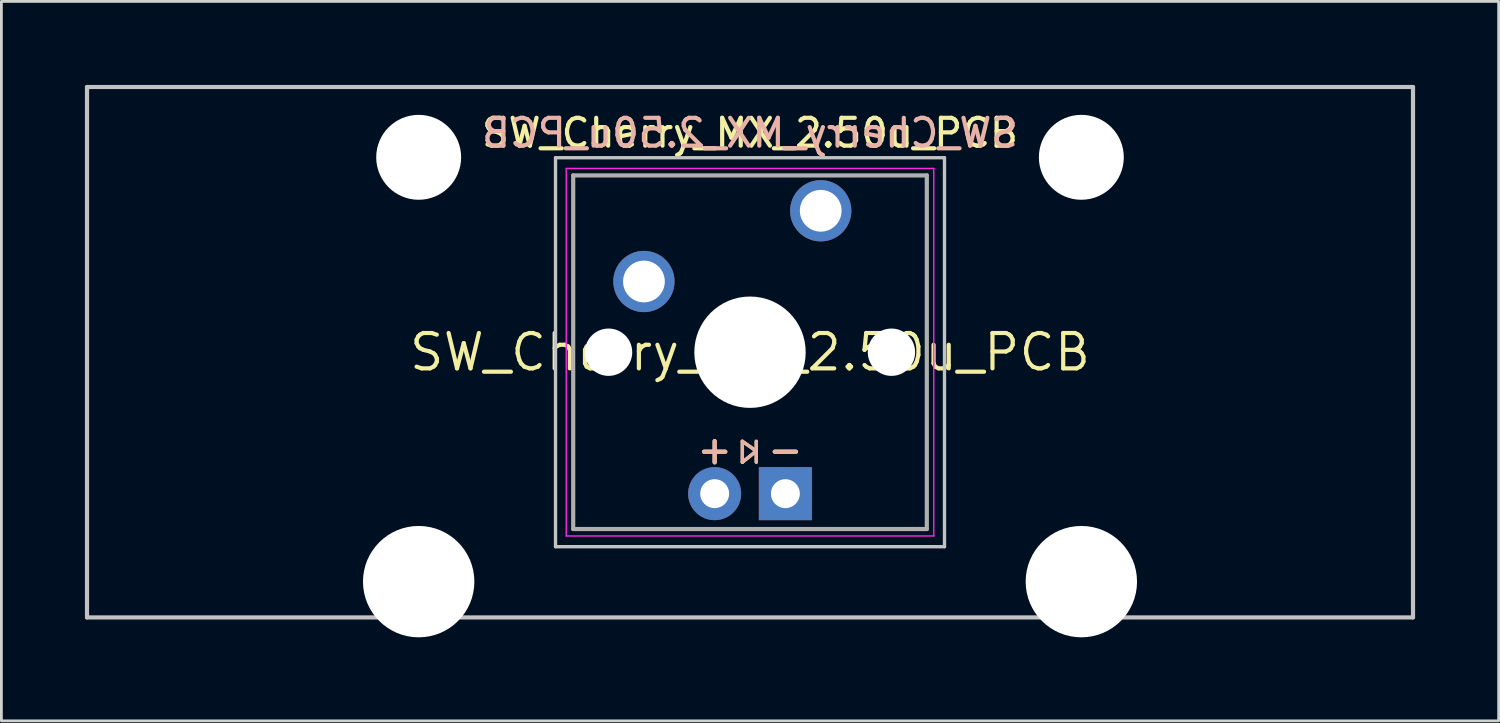
<source format=kicad_pcb>
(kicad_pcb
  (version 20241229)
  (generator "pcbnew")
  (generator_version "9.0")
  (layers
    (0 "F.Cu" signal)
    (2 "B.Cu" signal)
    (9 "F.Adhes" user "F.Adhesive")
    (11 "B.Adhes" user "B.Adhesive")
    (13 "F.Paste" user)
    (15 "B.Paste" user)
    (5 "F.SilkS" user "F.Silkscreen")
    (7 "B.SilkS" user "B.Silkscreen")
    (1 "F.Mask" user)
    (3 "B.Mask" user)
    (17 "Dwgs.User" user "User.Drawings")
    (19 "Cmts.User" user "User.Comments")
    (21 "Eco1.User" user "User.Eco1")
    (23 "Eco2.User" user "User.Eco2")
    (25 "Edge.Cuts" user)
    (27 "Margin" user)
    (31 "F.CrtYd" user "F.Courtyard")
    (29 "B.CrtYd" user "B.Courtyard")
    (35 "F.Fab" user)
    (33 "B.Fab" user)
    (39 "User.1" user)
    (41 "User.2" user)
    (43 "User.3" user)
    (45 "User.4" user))
  (footprint "SW_Cherry_MX_2.50u_PCB"
    (layer "F.Cu")
    (at 23.887 9.6)
    (property "Reference" "SW_Cherry_MX_2.50u_PCB" (at 0 0 0) (layer "F.SilkS") (effects (font (size 1.27 1.27) (thickness 0.15))))
    (attr through_hole)
    (fp_line (start -0.275 3.2) (end -0.275 3.95) (stroke (width 0.12) (type solid)) (layer "F.SilkS"))
    (fp_line (start -0.275 3.95) (end 0.225 3.55) (stroke (width 0.12) (type solid)) (layer "F.SilkS"))
    (fp_line (start 0.225 3.2) (end 0.225 3.95) (stroke (width 0.12) (type solid)) (layer "F.SilkS"))
    (fp_line (start 0.225 3.55) (end -0.275 3.2) (stroke (width 0.12) (type solid)) (layer "F.SilkS"))
    (fp_line (start -0.275 3.2) (end -0.275 3.95) (stroke (width 0.12) (type solid)) (layer "B.SilkS"))
    (fp_line (start -0.275 3.95) (end 0.225 3.55) (stroke (width 0.12) (type solid)) (layer "B.SilkS"))
    (fp_line (start 0.225 3.2) (end 0.225 3.95) (stroke (width 0.12) (type solid)) (layer "B.SilkS"))
    (fp_line (start 0.225 3.55) (end -0.275 3.2) (stroke (width 0.12) (type solid)) (layer "B.SilkS"))
    (fp_line (start -23.812 -9.525) (end 23.812 -9.525) (stroke (width 0.15) (type solid)) (layer "Dwgs.User"))
    (fp_line (start -23.812 9.525) (end -23.812 -9.525) (stroke (width 0.15) (type solid)) (layer "Dwgs.User"))
    (fp_line (start -23.812 9.525) (end 23.812 9.525) (stroke (width 0.15) (type solid)) (layer "Dwgs.User"))
    (fp_line (start -6.985 -6.985) (end 6.985 -6.985) (stroke (width 0.12) (type solid)) (layer "Dwgs.User"))
    (fp_line (start -6.985 6.985) (end -6.985 -6.985) (stroke (width 0.12) (type solid)) (layer "Dwgs.User"))
    (fp_line (start 6.985 -6.985) (end 6.985 6.985) (stroke (width 0.12) (type solid)) (layer "Dwgs.User"))
    (fp_line (start 6.985 6.985) (end -6.985 6.985) (stroke (width 0.12) (type solid)) (layer "Dwgs.User"))
    (fp_line (start 23.812 -9.525) (end 23.812 9.525) (stroke (width 0.15) (type solid)) (layer "Dwgs.User"))
    (fp_line (start -16.129 -2.286) (end -15.265 -2.286) (stroke (width 0.05) (type solid)) (layer "Eco1.User"))
    (fp_line (start -16.129 0.508) (end -16.129 -2.286) (stroke (width 0.05) (type solid)) (layer "Eco1.User"))
    (fp_line (start -15.265 -5.69) (end -8.611 -5.69) (stroke (width 0.05) (type solid)) (layer "Eco1.User"))
    (fp_line (start -15.265 -2.286) (end -15.265 -5.69) (stroke (width 0.05) (type solid)) (layer "Eco1.User"))
    (fp_line (start -15.265 0.508) (end -16.129 0.508) (stroke (width 0.05) (type solid)) (layer "Eco1.User"))
    (fp_line (start -15.265 6.604) (end -15.265 0.508) (stroke (width 0.05) (type solid)) (layer "Eco1.User"))
    (fp_line (start -14.224 6.604) (end -15.265 6.604) (stroke (width 0.05) (type solid)) (layer "Eco1.User"))
    (fp_line (start -14.224 7.772) (end -14.224 6.604) (stroke (width 0.05) (type solid)) (layer "Eco1.User"))
    (fp_line (start -9.652 6.604) (end -9.652 7.772) (stroke (width 0.05) (type solid)) (layer "Eco1.User"))
    (fp_line (start -9.652 7.772) (end -14.224 7.772) (stroke (width 0.05) (type solid)) (layer "Eco1.User"))
    (fp_line (start -8.611 -5.69) (end -8.611 -4.877) (stroke (width 0.05) (type solid)) (layer "Eco1.User"))
    (fp_line (start -8.611 -4.877) (end -6.985 -4.877) (stroke (width 0.05) (type solid)) (layer "Eco1.User"))
    (fp_line (start -8.611 5.817) (end -8.611 6.604) (stroke (width 0.05) (type solid)) (layer "Eco1.User"))
    (fp_line (start -8.611 6.604) (end -9.652 6.604) (stroke (width 0.05) (type solid)) (layer "Eco1.User"))
    (fp_line (start -6.985 -6.985) (end 6.985 -6.985) (stroke (width 0.05) (type solid)) (layer "Eco1.User"))
    (fp_line (start -6.985 -4.877) (end -6.985 -6.985) (stroke (width 0.05) (type solid)) (layer "Eco1.User"))
    (fp_line (start -6.985 5.817) (end -8.611 5.817) (stroke (width 0.05) (type solid)) (layer "Eco1.User"))
    (fp_line (start -6.985 6.985) (end -6.985 5.817) (stroke (width 0.05) (type solid)) (layer "Eco1.User"))
    (fp_line (start 6.985 -6.985) (end 6.985 -4.877) (stroke (width 0.05) (type solid)) (layer "Eco1.User"))
    (fp_line (start 6.985 -4.877) (end 8.611 -4.877) (stroke (width 0.05) (type solid)) (layer "Eco1.User"))
    (fp_line (start 6.985 5.817) (end 6.985 6.985) (stroke (width 0.05) (type solid)) (layer "Eco1.User"))
    (fp_line (start 6.985 6.985) (end -6.985 6.985) (stroke (width 0.05) (type solid)) (layer "Eco1.User"))
    (fp_line (start 8.611 -5.69) (end 15.265 -5.69) (stroke (width 0.05) (type solid)) (layer "Eco1.User"))
    (fp_line (start 8.611 -4.877) (end 8.611 -5.69) (stroke (width 0.05) (type solid)) (layer "Eco1.User"))
    (fp_line (start 8.611 5.817) (end 6.985 5.817) (stroke (width 0.05) (type solid)) (layer "Eco1.User"))
    (fp_line (start 8.611 6.604) (end 8.611 5.817) (stroke (width 0.05) (type solid)) (layer "Eco1.User"))
    (fp_line (start 9.652 6.604) (end 8.611 6.604) (stroke (width 0.05) (type solid)) (layer "Eco1.User"))
    (fp_line (start 9.652 7.772) (end 9.652 6.604) (stroke (width 0.05) (type solid)) (layer "Eco1.User"))
    (fp_line (start 14.224 6.604) (end 14.224 7.772) (stroke (width 0.05) (type solid)) (layer "Eco1.User"))
    (fp_line (start 14.224 7.772) (end 9.652 7.772) (stroke (width 0.05) (type solid)) (layer "Eco1.User"))
    (fp_line (start 15.265 -5.69) (end 15.265 -2.286) (stroke (width 0.05) (type solid)) (layer "Eco1.User"))
    (fp_line (start 15.265 -2.286) (end 16.129 -2.286) (stroke (width 0.05) (type solid)) (layer "Eco1.User"))
    (fp_line (start 15.265 0.508) (end 15.265 6.604) (stroke (width 0.05) (type solid)) (layer "Eco1.User"))
    (fp_line (start 15.265 6.604) (end 14.224 6.604) (stroke (width 0.05) (type solid)) (layer "Eco1.User"))
    (fp_line (start 16.129 -2.286) (end 16.129 0.508) (stroke (width 0.05) (type solid)) (layer "Eco1.User"))
    (fp_line (start 16.129 0.508) (end 15.265 0.508) (stroke (width 0.05) (type solid)) (layer "Eco1.User"))
    (fp_line (start -6.6 -6.6) (end 6.6 -6.6) (stroke (width 0.05) (type solid)) (layer "F.CrtYd"))
    (fp_line (start -6.6 6.6) (end -6.6 -6.6) (stroke (width 0.05) (type solid)) (layer "F.CrtYd"))
    (fp_line (start 6.6 -6.6) (end 6.6 6.6) (stroke (width 0.05) (type solid)) (layer "F.CrtYd"))
    (fp_line (start 6.6 6.6) (end -6.6 6.6) (stroke (width 0.05) (type solid)) (layer "F.CrtYd"))
    (fp_line (start -6.35 -6.35) (end 6.35 -6.35) (stroke (width 0.15) (type solid)) (layer "F.Fab"))
    (fp_line (start -6.35 6.35) (end -6.35 -6.35) (stroke (width 0.15) (type solid)) (layer "F.Fab"))
    (fp_line (start 6.35 -6.35) (end 6.35 6.35) (stroke (width 0.15) (type solid)) (layer "F.Fab"))
    (fp_line (start 6.35 6.35) (end -6.35 6.35) (stroke (width 0.15) (type solid)) (layer "F.Fab"))
    (fp_text user "-" (at 1.27 3.5 0) (layer "F.SilkS") (effects (font (size 1 1) (thickness 0.15))))
    (fp_text user "+" (at -1.27 3.5 0) (layer "F.SilkS") (effects (font (size 1 1) (thickness 0.15))))
    (fp_text user "${REFERENCE}" (at 0 -7.874 0) (layer "F.SilkS") (effects (font (size 1 1) (thickness 0.15))))
    (fp_text user "-" (at 1.27 3.5 0) (layer "B.SilkS") (effects (font (size 1 1) (thickness 0.15))))
    (fp_text user "+" (at -1.27 3.5 0) (layer "B.SilkS") (effects (font (size 1 1) (thickness 0.15))))
    (fp_text user "${REFERENCE}" (at 0 -7.874 0) (layer "B.SilkS") (effects (font (size 1 1) (thickness 0.15)) (justify mirror)))
    (pad "" np_thru_hole circle (at -11.9 -7) (size 3.05 3.05) (drill 3.05) (layers "*.Cu" "*.Mask"))
    (pad "" np_thru_hole circle (at -11.9 8.24) (size 4 4) (drill 4) (layers "*.Cu" "*.Mask"))
    (pad "" np_thru_hole circle (at -5.08 0) (size 1.7 1.7) (drill 1.7) (layers "*.Cu" "*.Mask"))
    (pad "" np_thru_hole circle (at 0 0) (size 4 4) (drill 4) (layers "*.Cu" "*.Mask"))
    (pad "" np_thru_hole circle (at 5.08 0) (size 1.7 1.7) (drill 1.7) (layers "*.Cu" "*.Mask"))
    (pad "" np_thru_hole circle (at 11.9 -7) (size 3.05 3.05) (drill 3.05) (layers "*.Cu" "*.Mask"))
    (pad "" np_thru_hole circle (at 11.9 8.24) (size 4 4) (drill 4) (layers "*.Cu" "*.Mask"))
    (pad "1" thru_hole circle (at 2.54 -5.08) (size 2.2 2.2) (drill 1.5) (layers "*.Cu" "*.Mask"))
    (pad "2" thru_hole circle (at -3.81 -2.54) (size 2.2 2.2) (drill 1.5) (layers "*.Cu" "*.Mask"))
    (pad "3" thru_hole circle (at -1.27 5.08) (size 1.905 1.905) (drill 1.04) (layers "*.Cu" "*.Mask"))
    (pad "4" thru_hole rect (at 1.27 5.08) (size 1.905 1.905) (drill 1.04) (layers "*.Cu" "*.Mask")))
  (gr_rect
    (start -3 -3)
    (end 50.775 22.84)
    (stroke (width 0.1) (type default))
    (fill no)
    (layer "Edge.Cuts")))
</source>
